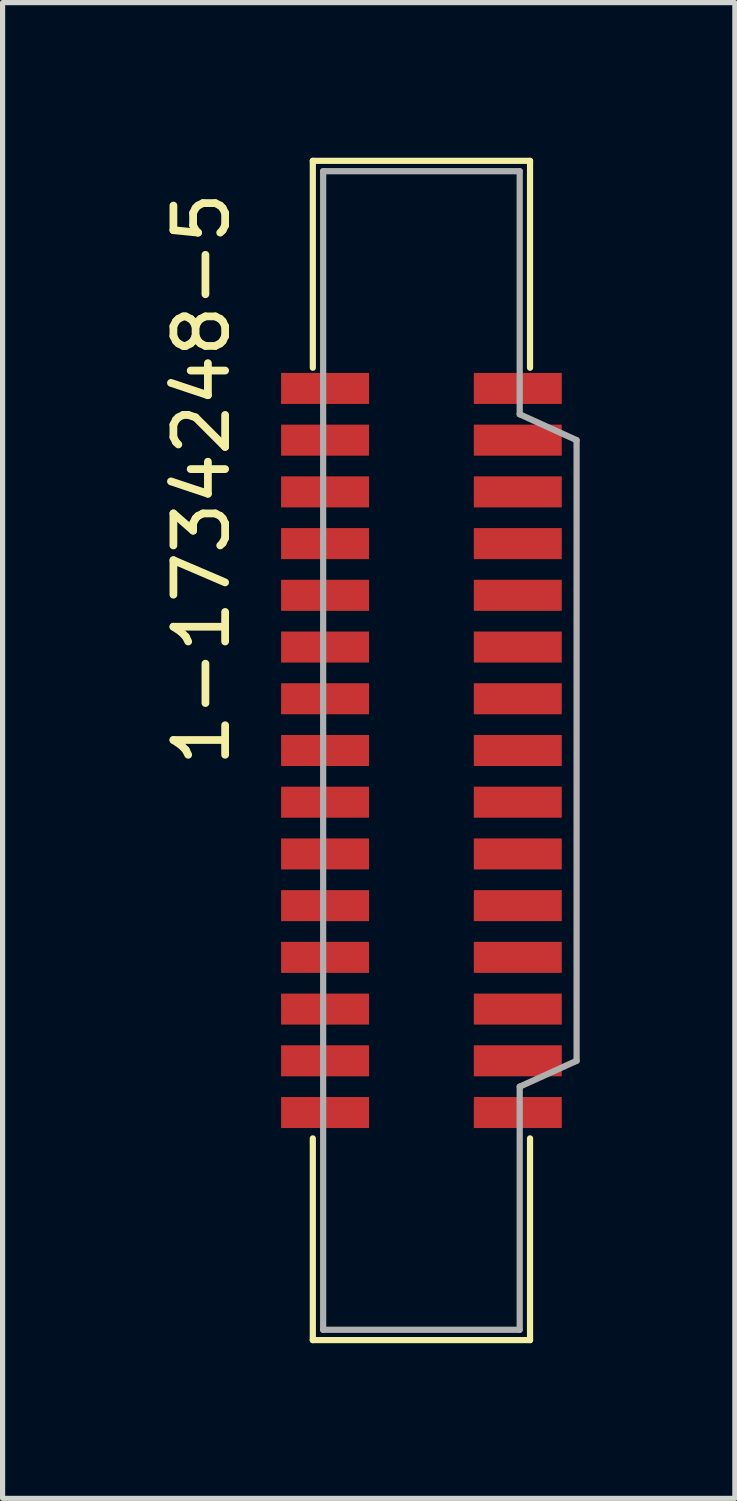
<source format=kicad_pcb>
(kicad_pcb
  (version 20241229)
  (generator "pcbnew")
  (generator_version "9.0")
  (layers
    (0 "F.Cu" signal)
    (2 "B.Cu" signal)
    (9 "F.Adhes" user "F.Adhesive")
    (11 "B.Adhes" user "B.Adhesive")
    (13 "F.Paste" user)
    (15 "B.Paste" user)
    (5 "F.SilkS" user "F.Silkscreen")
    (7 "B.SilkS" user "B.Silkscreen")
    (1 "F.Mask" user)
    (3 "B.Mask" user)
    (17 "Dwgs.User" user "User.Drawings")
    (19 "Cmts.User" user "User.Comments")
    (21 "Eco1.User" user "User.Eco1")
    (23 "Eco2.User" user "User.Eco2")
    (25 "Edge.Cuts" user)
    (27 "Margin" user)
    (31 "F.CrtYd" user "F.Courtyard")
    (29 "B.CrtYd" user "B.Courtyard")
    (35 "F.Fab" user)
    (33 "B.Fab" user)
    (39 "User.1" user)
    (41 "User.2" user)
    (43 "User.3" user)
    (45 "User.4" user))
  (footprint "1-1734248-5"
    (layer "F.Cu")
    (at 5.098 11.46)
    (property "Reference" "1-1734248-5" (at -4.25 -5.25 90) (layer "F.SilkS") (effects (font (size 1 1) (thickness 0.15))))
    (attr through_hole)
    (fp_line (start -2.1 -11.4) (end 2.1 -11.4) (stroke (width 0.12) (type solid)) (layer "F.SilkS"))
    (fp_line (start -2.1 -7.4) (end -2.1 -11.4) (stroke (width 0.12) (type solid)) (layer "F.SilkS"))
    (fp_line (start -2.1 7.5) (end -2.1 11.4) (stroke (width 0.12) (type solid)) (layer "F.SilkS"))
    (fp_line (start -2.1 11.4) (end 2.1 11.4) (stroke (width 0.12) (type solid)) (layer "F.SilkS"))
    (fp_line (start 2.1 -11.4) (end 2.1 -7.4) (stroke (width 0.12) (type solid)) (layer "F.SilkS"))
    (fp_line (start 2.1 11.4) (end 2.1 7.5) (stroke (width 0.12) (type solid)) (layer "F.SilkS"))
    (fp_line (start -1.9 -11.2) (end -1.9 11.2) (stroke (width 0.12) (type solid)) (layer "F.Fab"))
    (fp_line (start -1.9 11.2) (end 1.9 11.2) (stroke (width 0.12) (type solid)) (layer "F.Fab"))
    (fp_line (start 1.9 -11.2) (end -1.9 -11.2) (stroke (width 0.12) (type solid)) (layer "F.Fab"))
    (fp_line (start 1.9 -6.5) (end 1.9 -11.2) (stroke (width 0.12) (type solid)) (layer "F.Fab"))
    (fp_line (start 1.9 6.5) (end 3 6) (stroke (width 0.12) (type solid)) (layer "F.Fab"))
    (fp_line (start 1.9 11.2) (end 1.9 6.5) (stroke (width 0.12) (type solid)) (layer "F.Fab"))
    (fp_line (start 3 -6) (end 1.9 -6.5) (stroke (width 0.12) (type solid)) (layer "F.Fab"))
    (fp_line (start 3 6) (end 3 -6) (stroke (width 0.12) (type solid)) (layer "F.Fab"))
    (pad "1" smd rect (at -1.863 -7) (size 1.7 0.6) (layers "F.Cu" "F.Mask" "F.Paste"))
    (pad "2" smd rect (at -1.863 -6) (size 1.7 0.6) (layers "F.Cu" "F.Mask" "F.Paste"))
    (pad "3" smd rect (at -1.863 -5) (size 1.7 0.6) (layers "F.Cu" "F.Mask" "F.Paste"))
    (pad "4" smd rect (at -1.863 -4) (size 1.7 0.6) (layers "F.Cu" "F.Mask" "F.Paste"))
    (pad "5" smd rect (at -1.863 -3) (size 1.7 0.6) (layers "F.Cu" "F.Mask" "F.Paste"))
    (pad "6" smd rect (at -1.863 -2) (size 1.7 0.6) (layers "F.Cu" "F.Mask" "F.Paste"))
    (pad "7" smd rect (at -1.863 -1) (size 1.7 0.6) (layers "F.Cu" "F.Mask" "F.Paste"))
    (pad "8" smd rect (at -1.863 0) (size 1.7 0.6) (layers "F.Cu" "F.Mask" "F.Paste"))
    (pad "9" smd rect (at -1.863 1) (size 1.7 0.6) (layers "F.Cu" "F.Mask" "F.Paste"))
    (pad "10" smd rect (at -1.863 2) (size 1.7 0.6) (layers "F.Cu" "F.Mask" "F.Paste"))
    (pad "11" smd rect (at -1.863 3) (size 1.7 0.6) (layers "F.Cu" "F.Mask" "F.Paste"))
    (pad "12" smd rect (at -1.863 4) (size 1.7 0.6) (layers "F.Cu" "F.Mask" "F.Paste"))
    (pad "13" smd rect (at -1.863 5) (size 1.7 0.6) (layers "F.Cu" "F.Mask" "F.Paste"))
    (pad "14" smd rect (at -1.863 6) (size 1.7 0.6) (layers "F.Cu" "F.Mask" "F.Paste"))
    (pad "15" smd rect (at -1.863 7) (size 1.7 0.6) (layers "F.Cu" "F.Mask" "F.Paste"))
    (pad "16" smd rect (at 1.863 7) (size 1.7 0.6) (layers "F.Cu" "F.Mask" "F.Paste"))
    (pad "17" smd rect (at 1.863 6) (size 1.7 0.6) (layers "F.Cu" "F.Mask" "F.Paste"))
    (pad "18" smd rect (at 1.863 5) (size 1.7 0.6) (layers "F.Cu" "F.Mask" "F.Paste"))
    (pad "19" smd rect (at 1.863 4) (size 1.7 0.6) (layers "F.Cu" "F.Mask" "F.Paste"))
    (pad "20" smd rect (at 1.863 3) (size 1.7 0.6) (layers "F.Cu" "F.Mask" "F.Paste"))
    (pad "21" smd rect (at 1.863 2) (size 1.7 0.6) (layers "F.Cu" "F.Mask" "F.Paste"))
    (pad "22" smd rect (at 1.863 1) (size 1.7 0.6) (layers "F.Cu" "F.Mask" "F.Paste"))
    (pad "23" smd rect (at 1.863 0) (size 1.7 0.6) (layers "F.Cu" "F.Mask" "F.Paste"))
    (pad "24" smd rect (at 1.863 -1) (size 1.7 0.6) (layers "F.Cu" "F.Mask" "F.Paste"))
    (pad "25" smd rect (at 1.863 -2) (size 1.7 0.6) (layers "F.Cu" "F.Mask" "F.Paste"))
    (pad "26" smd rect (at 1.863 -3) (size 1.7 0.6) (layers "F.Cu" "F.Mask" "F.Paste"))
    (pad "27" smd rect (at 1.863 -4) (size 1.7 0.6) (layers "F.Cu" "F.Mask" "F.Paste"))
    (pad "28" smd rect (at 1.863 -5) (size 1.7 0.6) (layers "F.Cu" "F.Mask" "F.Paste"))
    (pad "29" smd rect (at 1.863 -6) (size 1.7 0.6) (layers "F.Cu" "F.Mask" "F.Paste"))
    (pad "30" smd rect (at 1.863 -7) (size 1.7 0.6) (layers "F.Cu" "F.Mask" "F.Paste")))
  (gr_rect
    (start -3 -3)
    (end 11.158 25.92)
    (stroke (width 0.1) (type default))
    (fill no)
    (layer "Edge.Cuts")))
</source>
